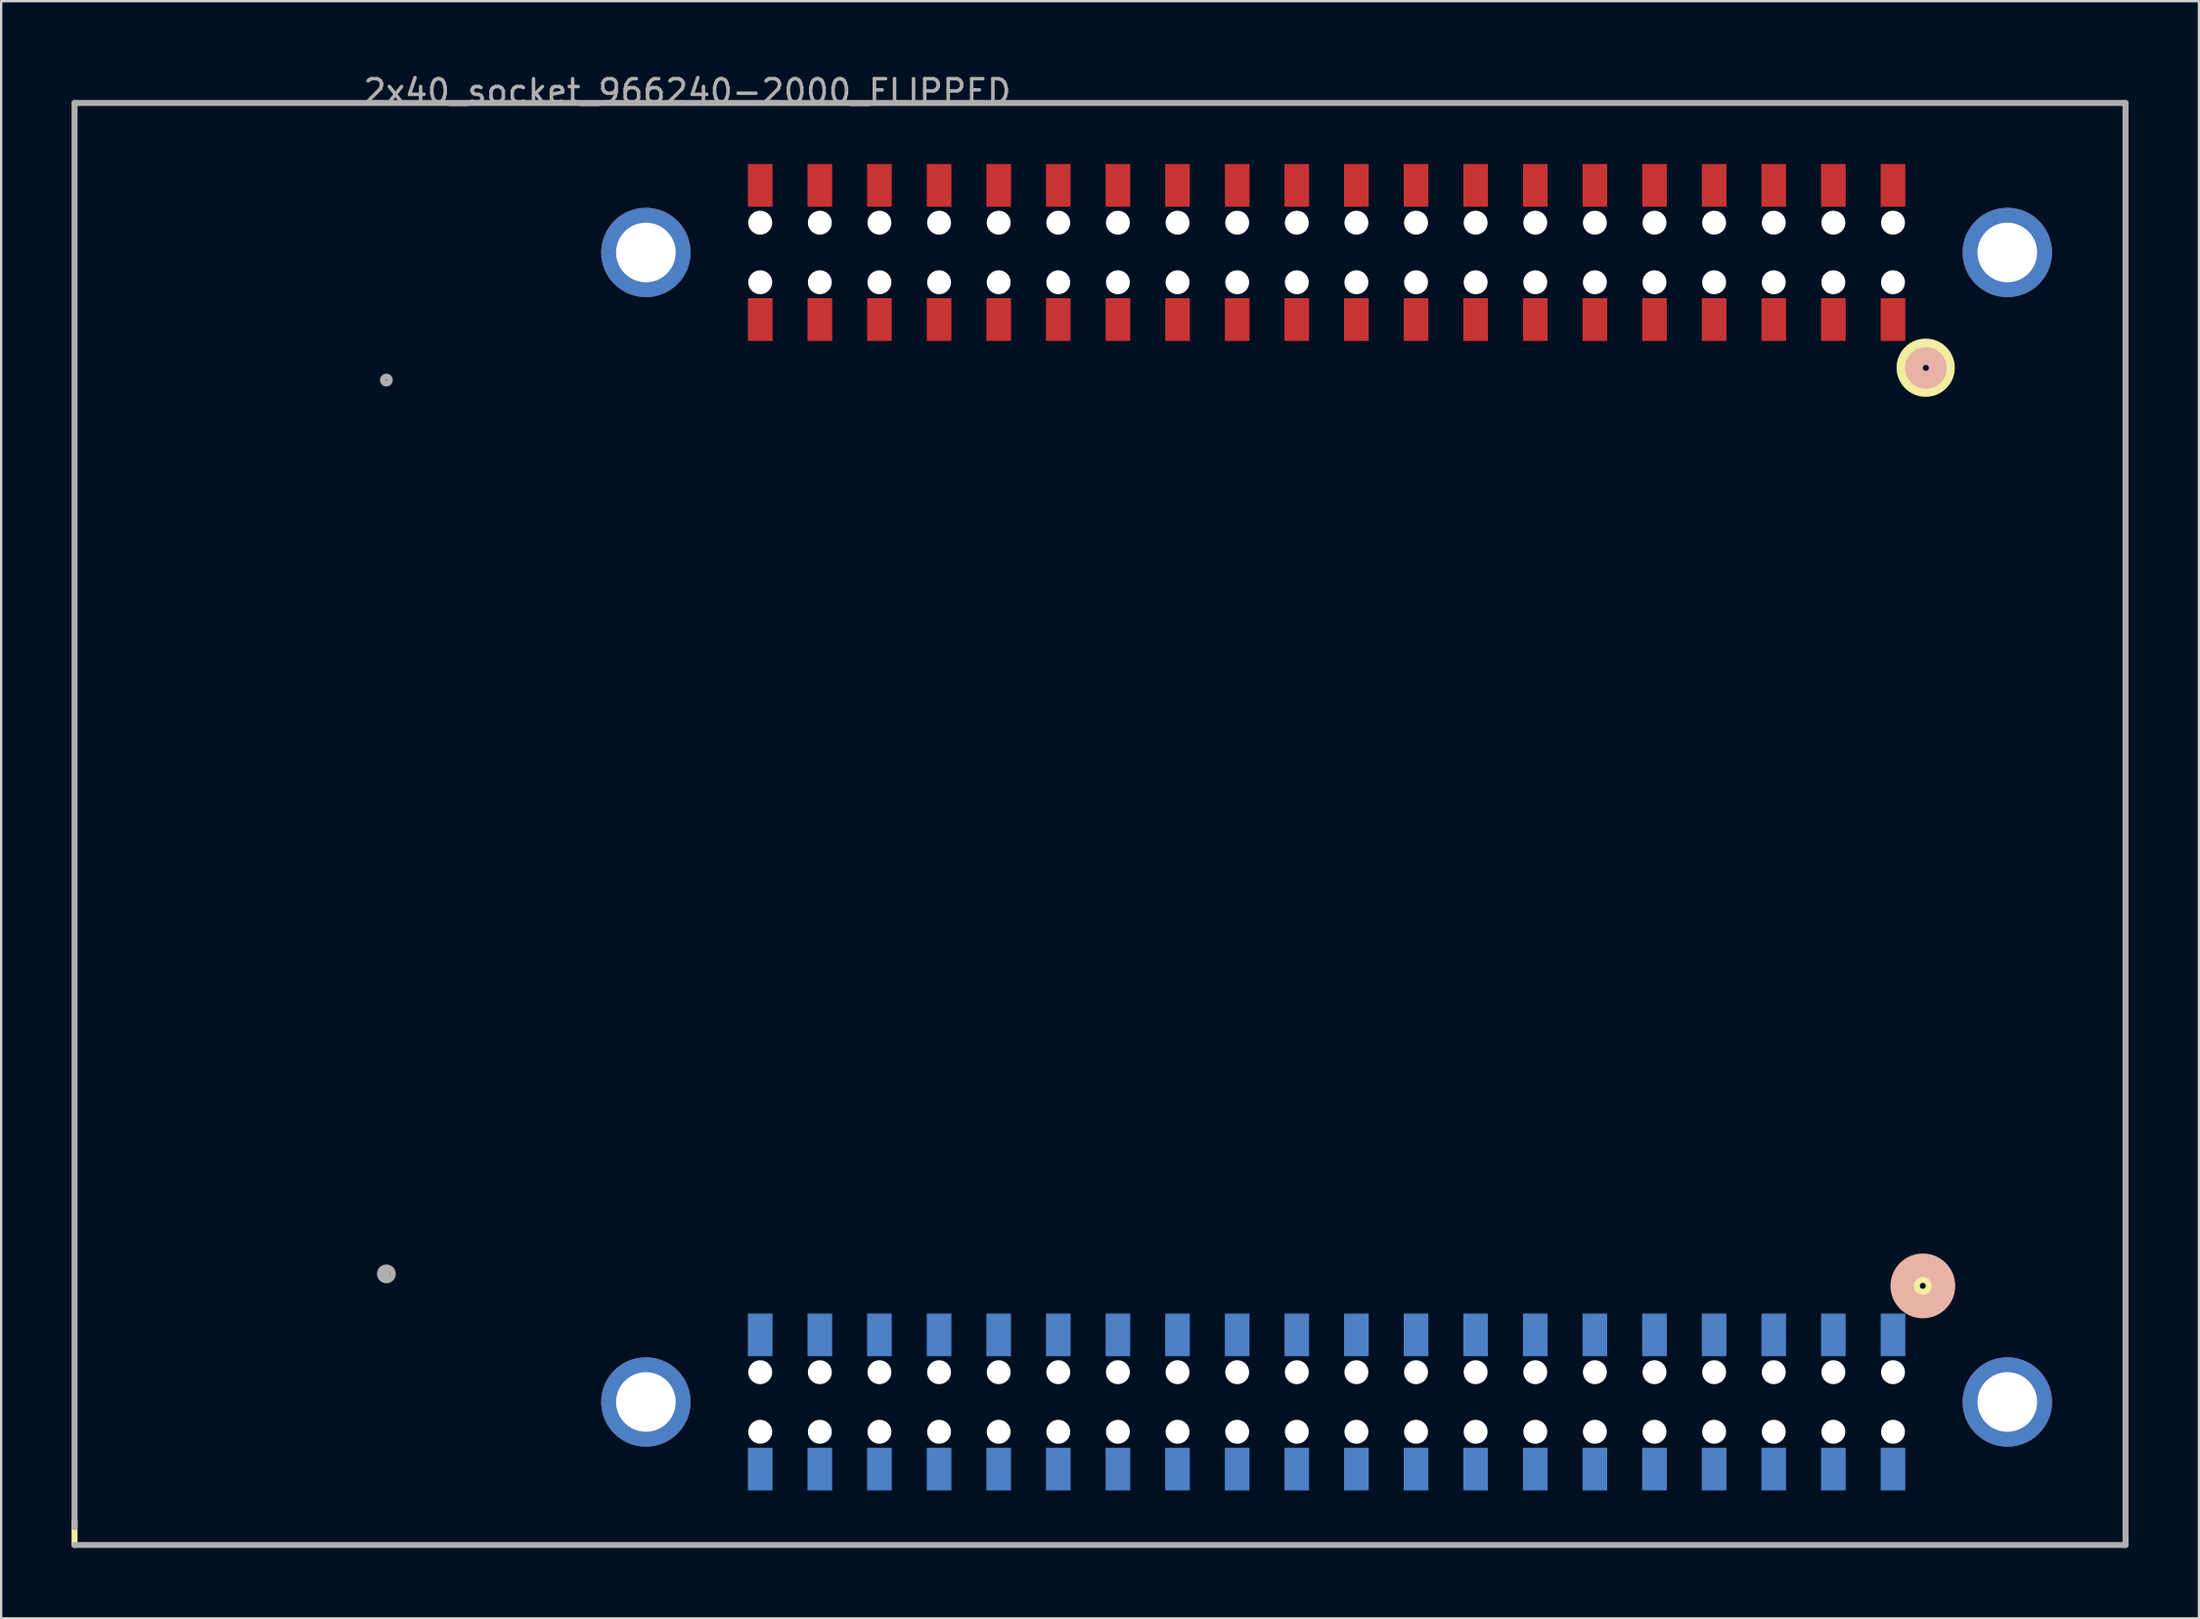
<source format=kicad_pcb>
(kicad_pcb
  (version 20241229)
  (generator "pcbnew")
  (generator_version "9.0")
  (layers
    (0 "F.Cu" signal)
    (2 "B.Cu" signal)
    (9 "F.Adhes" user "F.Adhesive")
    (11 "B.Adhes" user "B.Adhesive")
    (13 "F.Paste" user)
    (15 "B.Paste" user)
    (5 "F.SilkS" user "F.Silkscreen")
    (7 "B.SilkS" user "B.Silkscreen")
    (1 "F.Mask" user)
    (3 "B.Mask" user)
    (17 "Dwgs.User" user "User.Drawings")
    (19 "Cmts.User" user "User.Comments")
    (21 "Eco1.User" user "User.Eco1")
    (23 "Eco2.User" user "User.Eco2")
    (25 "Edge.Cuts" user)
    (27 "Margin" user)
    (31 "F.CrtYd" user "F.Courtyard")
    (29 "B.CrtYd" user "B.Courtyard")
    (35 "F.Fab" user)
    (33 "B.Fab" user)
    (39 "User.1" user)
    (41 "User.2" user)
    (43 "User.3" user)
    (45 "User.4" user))
  (footprint "2x40_socket_966240-2000_FLIPPED"
    (layer "F.Cu")
    (at 45.529 32.074)
    (property "Reference" "2x40_socket_966240-2000_FLIPPED" (at -19.302 -31.226 0) (layer "F.Fab") (effects (font (size 1 1) (thickness 0.15))))
    (attr through_hole)
    (fp_line (start -45.403 30.734) (end -45.403 29.718) (stroke (width 0.254) (type solid)) (layer "F.SilkS"))
    (fp_circle (center 33.337 19.688) (end 32.83 19.688) (stroke (width 0.762) (type solid)) (fill no) (layer "F.SilkS"))
    (fp_circle (center 33.46 -19.45) (end 33.69 -19.52) (stroke (width 1) (type solid)) (fill no) (layer "F.SilkS"))
    (fp_circle (center 33.34 19.69) (end 33.65 19.47) (stroke (width 1) (type solid)) (fill no) (layer "B.SilkS"))
    (fp_circle (center 33.468 -19.442) (end 32.959 -19.442) (stroke (width 0.762) (type solid)) (fill no) (layer "B.SilkS"))
    (fp_line (start -45.403 -30.734) (end -45.403 29.972) (stroke (width 0.254) (type solid)) (layer "F.Fab"))
    (fp_line (start 41.974 -30.734) (end -45.403 -30.734) (stroke (width 0.254) (type solid)) (layer "F.Fab"))
    (fp_line (start 41.974 30.734) (end -45.403 30.734) (stroke (width 0.254) (type solid)) (layer "F.Fab"))
    (fp_line (start 41.974 30.734) (end 41.974 -30.734) (stroke (width 0.254) (type solid)) (layer "F.Fab"))
    (fp_circle (center -32.22 19.202) (end -32.093 19.177) (stroke (width 0.254) (type solid)) (fill no) (layer "F.Fab"))
    (fp_circle (center -32.118 -18.923) (end -31.991 -18.999) (stroke (width 0.254) (type solid)) (fill no) (layer "F.Fab"))
    (fp_circle (center -32.118 19.177) (end -31.864 19.075) (stroke (width 0.254) (type solid)) (fill no) (layer "F.Fab"))
    (pad "" np_thru_hole circle (at -16.192 -25.632) (size 1.02 1.02) (drill 1.02) (layers "*.Mask" "F.Cu"))
    (pad "" np_thru_hole circle (at -16.192 -23.092) (size 1.02 1.02) (drill 1.02) (layers "*.Mask" "F.Cu"))
    (pad "" np_thru_hole circle (at -16.192 23.368) (size 1.02 1.02) (drill 1.02) (layers "*.Mask" "F.Cu"))
    (pad "" np_thru_hole circle (at -16.192 25.908) (size 1.02 1.02) (drill 1.02) (layers "*.Mask" "F.Cu"))
    (pad "" np_thru_hole circle (at -13.652 -25.632) (size 1.02 1.02) (drill 1.02) (layers "*.Mask" "F.Cu"))
    (pad "" np_thru_hole circle (at -13.652 -23.092) (size 1.02 1.02) (drill 1.02) (layers "*.Mask" "F.Cu"))
    (pad "" np_thru_hole circle (at -13.652 23.368) (size 1.02 1.02) (drill 1.02) (layers "*.Mask" "F.Cu"))
    (pad "" np_thru_hole circle (at -13.652 25.908) (size 1.02 1.02) (drill 1.02) (layers "*.Mask" "F.Cu"))
    (pad "" np_thru_hole circle (at -11.113 -25.632) (size 1.02 1.02) (drill 1.02) (layers "*.Mask" "F.Cu"))
    (pad "" np_thru_hole circle (at -11.113 -23.092) (size 1.02 1.02) (drill 1.02) (layers "*.Mask" "F.Cu"))
    (pad "" np_thru_hole circle (at -11.113 23.368) (size 1.02 1.02) (drill 1.02) (layers "*.Mask" "F.Cu"))
    (pad "" np_thru_hole circle (at -11.113 25.908) (size 1.02 1.02) (drill 1.02) (layers "*.Mask" "F.Cu"))
    (pad "" np_thru_hole circle (at -8.572 -25.632) (size 1.02 1.02) (drill 1.02) (layers "*.Mask" "F.Cu"))
    (pad "" np_thru_hole circle (at -8.572 -23.092) (size 1.02 1.02) (drill 1.02) (layers "*.Mask" "F.Cu"))
    (pad "" np_thru_hole circle (at -8.572 23.368) (size 1.02 1.02) (drill 1.02) (layers "*.Mask" "F.Cu"))
    (pad "" np_thru_hole circle (at -8.572 25.908) (size 1.02 1.02) (drill 1.02) (layers "*.Mask" "F.Cu"))
    (pad "" np_thru_hole circle (at -6.032 -25.632) (size 1.02 1.02) (drill 1.02) (layers "*.Mask" "F.Cu"))
    (pad "" np_thru_hole circle (at -6.032 -23.092) (size 1.02 1.02) (drill 1.02) (layers "*.Mask" "F.Cu"))
    (pad "" np_thru_hole circle (at -6.032 23.368) (size 1.02 1.02) (drill 1.02) (layers "*.Mask" "F.Cu"))
    (pad "" np_thru_hole circle (at -6.032 25.908) (size 1.02 1.02) (drill 1.02) (layers "*.Mask" "F.Cu"))
    (pad "" np_thru_hole circle (at -3.493 -25.632) (size 1.02 1.02) (drill 1.02) (layers "*.Mask" "F.Cu"))
    (pad "" np_thru_hole circle (at -3.493 -23.092) (size 1.02 1.02) (drill 1.02) (layers "*.Mask" "F.Cu"))
    (pad "" np_thru_hole circle (at -3.493 23.368) (size 1.02 1.02) (drill 1.02) (layers "*.Mask" "F.Cu"))
    (pad "" np_thru_hole circle (at -3.493 25.908) (size 1.02 1.02) (drill 1.02) (layers "*.Mask" "F.Cu"))
    (pad "" np_thru_hole circle (at -0.953 -25.632) (size 1.02 1.02) (drill 1.02) (layers "*.Mask" "F.Cu"))
    (pad "" np_thru_hole circle (at -0.953 -23.092) (size 1.02 1.02) (drill 1.02) (layers "*.Mask" "F.Cu"))
    (pad "" np_thru_hole circle (at -0.953 23.368) (size 1.02 1.02) (drill 1.02) (layers "*.Mask" "F.Cu"))
    (pad "" np_thru_hole circle (at -0.953 25.908) (size 1.02 1.02) (drill 1.02) (layers "*.Mask" "F.Cu"))
    (pad "" np_thru_hole circle (at 1.587 -25.632) (size 1.02 1.02) (drill 1.02) (layers "*.Mask" "F.Cu"))
    (pad "" np_thru_hole circle (at 1.587 -23.092) (size 1.02 1.02) (drill 1.02) (layers "*.Mask" "F.Cu"))
    (pad "" np_thru_hole circle (at 1.587 23.368) (size 1.02 1.02) (drill 1.02) (layers "*.Mask" "F.Cu"))
    (pad "" np_thru_hole circle (at 1.587 25.908) (size 1.02 1.02) (drill 1.02) (layers "*.Mask" "F.Cu"))
    (pad "" np_thru_hole circle (at 4.128 -25.632) (size 1.02 1.02) (drill 1.02) (layers "*.Mask" "F.Cu"))
    (pad "" np_thru_hole circle (at 4.128 -23.092) (size 1.02 1.02) (drill 1.02) (layers "*.Mask" "F.Cu"))
    (pad "" np_thru_hole circle (at 4.128 23.368) (size 1.02 1.02) (drill 1.02) (layers "*.Mask" "F.Cu"))
    (pad "" np_thru_hole circle (at 4.128 25.908) (size 1.02 1.02) (drill 1.02) (layers "*.Mask" "F.Cu"))
    (pad "" np_thru_hole circle (at 6.668 -25.632) (size 1.02 1.02) (drill 1.02) (layers "*.Mask" "F.Cu"))
    (pad "" np_thru_hole circle (at 6.668 -23.092) (size 1.02 1.02) (drill 1.02) (layers "*.Mask" "F.Cu"))
    (pad "" np_thru_hole circle (at 6.668 23.368) (size 1.02 1.02) (drill 1.02) (layers "*.Mask" "F.Cu"))
    (pad "" np_thru_hole circle (at 6.668 25.908) (size 1.02 1.02) (drill 1.02) (layers "*.Mask" "F.Cu"))
    (pad "" np_thru_hole circle (at 9.207 -25.632) (size 1.02 1.02) (drill 1.02) (layers "*.Mask" "F.Cu"))
    (pad "" np_thru_hole circle (at 9.207 -23.092) (size 1.02 1.02) (drill 1.02) (layers "*.Mask" "F.Cu"))
    (pad "" np_thru_hole circle (at 9.207 23.368) (size 1.02 1.02) (drill 1.02) (layers "*.Mask" "F.Cu"))
    (pad "" np_thru_hole circle (at 9.207 25.908) (size 1.02 1.02) (drill 1.02) (layers "*.Mask" "F.Cu"))
    (pad "" np_thru_hole circle (at 11.748 -25.632) (size 1.02 1.02) (drill 1.02) (layers "*.Mask" "F.Cu"))
    (pad "" np_thru_hole circle (at 11.748 -23.092) (size 1.02 1.02) (drill 1.02) (layers "*.Mask" "F.Cu"))
    (pad "" np_thru_hole circle (at 11.748 23.368) (size 1.02 1.02) (drill 1.02) (layers "*.Mask" "F.Cu"))
    (pad "" np_thru_hole circle (at 11.748 25.908) (size 1.02 1.02) (drill 1.02) (layers "*.Mask" "F.Cu"))
    (pad "" np_thru_hole circle (at 14.287 -25.632) (size 1.02 1.02) (drill 1.02) (layers "*.Mask" "F.Cu"))
    (pad "" np_thru_hole circle (at 14.287 -23.092) (size 1.02 1.02) (drill 1.02) (layers "*.Mask" "F.Cu"))
    (pad "" np_thru_hole circle (at 14.287 23.368) (size 1.02 1.02) (drill 1.02) (layers "*.Mask" "F.Cu"))
    (pad "" np_thru_hole circle (at 14.287 25.908) (size 1.02 1.02) (drill 1.02) (layers "*.Mask" "F.Cu"))
    (pad "" np_thru_hole circle (at 16.828 -25.632) (size 1.02 1.02) (drill 1.02) (layers "*.Mask" "F.Cu"))
    (pad "" np_thru_hole circle (at 16.828 -23.092) (size 1.02 1.02) (drill 1.02) (layers "*.Mask" "F.Cu"))
    (pad "" np_thru_hole circle (at 16.828 23.368) (size 1.02 1.02) (drill 1.02) (layers "*.Mask" "F.Cu"))
    (pad "" np_thru_hole circle (at 16.828 25.908) (size 1.02 1.02) (drill 1.02) (layers "*.Mask" "F.Cu"))
    (pad "" np_thru_hole circle (at 19.367 -25.632) (size 1.02 1.02) (drill 1.02) (layers "*.Mask" "F.Cu"))
    (pad "" np_thru_hole circle (at 19.367 -23.092) (size 1.02 1.02) (drill 1.02) (layers "*.Mask" "F.Cu"))
    (pad "" np_thru_hole circle (at 19.367 23.368) (size 1.02 1.02) (drill 1.02) (layers "*.Mask" "F.Cu"))
    (pad "" np_thru_hole circle (at 19.367 25.908) (size 1.02 1.02) (drill 1.02) (layers "*.Mask" "F.Cu"))
    (pad "" np_thru_hole circle (at 21.907 -25.632) (size 1.02 1.02) (drill 1.02) (layers "*.Mask" "F.Cu"))
    (pad "" np_thru_hole circle (at 21.907 -23.092) (size 1.02 1.02) (drill 1.02) (layers "*.Mask" "F.Cu"))
    (pad "" np_thru_hole circle (at 21.907 23.368) (size 1.02 1.02) (drill 1.02) (layers "*.Mask" "F.Cu"))
    (pad "" np_thru_hole circle (at 21.907 25.908) (size 1.02 1.02) (drill 1.02) (layers "*.Mask" "F.Cu"))
    (pad "" np_thru_hole circle (at 24.448 -25.632) (size 1.02 1.02) (drill 1.02) (layers "*.Mask" "F.Cu"))
    (pad "" np_thru_hole circle (at 24.448 -23.092) (size 1.02 1.02) (drill 1.02) (layers "*.Mask" "F.Cu"))
    (pad "" np_thru_hole circle (at 24.448 23.368) (size 1.02 1.02) (drill 1.02) (layers "*.Mask" "F.Cu"))
    (pad "" np_thru_hole circle (at 24.448 25.908) (size 1.02 1.02) (drill 1.02) (layers "*.Mask" "F.Cu"))
    (pad "" np_thru_hole circle (at 26.988 -25.632) (size 1.02 1.02) (drill 1.02) (layers "*.Mask" "F.Cu"))
    (pad "" np_thru_hole circle (at 26.988 -23.092) (size 1.02 1.02) (drill 1.02) (layers "*.Mask" "F.Cu"))
    (pad "" np_thru_hole circle (at 26.988 23.368) (size 1.02 1.02) (drill 1.02) (layers "*.Mask" "F.Cu"))
    (pad "" np_thru_hole circle (at 26.988 25.908) (size 1.02 1.02) (drill 1.02) (layers "*.Mask" "F.Cu"))
    (pad "" np_thru_hole circle (at 29.527 -25.632) (size 1.02 1.02) (drill 1.02) (layers "*.Mask" "F.Cu"))
    (pad "" np_thru_hole circle (at 29.527 -23.092) (size 1.02 1.02) (drill 1.02) (layers "*.Mask" "F.Cu"))
    (pad "" np_thru_hole circle (at 29.527 23.368) (size 1.02 1.02) (drill 1.02) (layers "*.Mask" "F.Cu"))
    (pad "" np_thru_hole circle (at 29.527 25.908) (size 1.02 1.02) (drill 1.02) (layers "*.Mask" "F.Cu"))
    (pad "" np_thru_hole circle (at 32.068 -25.632) (size 1.02 1.02) (drill 1.02) (layers "*.Mask" "F.Cu"))
    (pad "" np_thru_hole circle (at 32.068 -23.092) (size 1.02 1.02) (drill 1.02) (layers "*.Mask" "F.Cu"))
    (pad "" np_thru_hole circle (at 32.068 23.368) (size 1.02 1.02) (drill 1.02) (layers "*.Mask" "F.Cu"))
    (pad "" np_thru_hole circle (at 32.068 25.908) (size 1.02 1.02) (drill 1.02) (layers "*.Mask" "F.Cu"))
    (pad "1a" smd rect (at 32.068 -21.502) (size 1.05 1.82) (layers "F.Cu" "F.Mask" "F.Paste"))
    (pad "1b" smd rect (at 32.068 21.778) (size 1.05 1.82) (layers "B.Cu" "B.Mask" "B.Paste"))
    (pad "2a" smd rect (at 32.068 -27.222) (size 1.05 1.82) (layers "F.Cu" "F.Mask" "F.Paste"))
    (pad "2b" smd rect (at 32.068 27.498) (size 1.05 1.82) (layers "B.Cu" "B.Mask" "B.Paste"))
    (pad "3a" smd rect (at 29.527 -21.502) (size 1.05 1.82) (layers "F.Cu" "F.Mask" "F.Paste"))
    (pad "3b" smd rect (at 29.527 21.778) (size 1.05 1.82) (layers "B.Cu" "B.Mask" "B.Paste"))
    (pad "4a" smd rect (at 29.527 -27.222) (size 1.05 1.82) (layers "F.Cu" "F.Mask" "F.Paste"))
    (pad "4b" smd rect (at 29.527 27.498) (size 1.05 1.82) (layers "B.Cu" "B.Mask" "B.Paste"))
    (pad "5a" smd rect (at 26.988 -21.502) (size 1.05 1.82) (layers "F.Cu" "F.Mask" "F.Paste"))
    (pad "5b" smd rect (at 26.988 21.778) (size 1.05 1.82) (layers "B.Cu" "B.Mask" "B.Paste"))
    (pad "6a" smd rect (at 26.988 -27.222) (size 1.05 1.82) (layers "F.Cu" "F.Mask" "F.Paste"))
    (pad "6b" smd rect (at 26.988 27.498) (size 1.05 1.82) (layers "B.Cu" "B.Mask" "B.Paste"))
    (pad "7a" smd rect (at 24.448 -21.502) (size 1.05 1.82) (layers "F.Cu" "F.Mask" "F.Paste"))
    (pad "7b" smd rect (at 24.448 21.778) (size 1.05 1.82) (layers "B.Cu" "B.Mask" "B.Paste"))
    (pad "8a" smd rect (at 24.448 -27.222) (size 1.05 1.82) (layers "F.Cu" "F.Mask" "F.Paste"))
    (pad "8b" smd rect (at 24.448 27.498) (size 1.05 1.82) (layers "B.Cu" "B.Mask" "B.Paste"))
    (pad "9a" smd rect (at 21.907 -21.502) (size 1.05 1.82) (layers "F.Cu" "F.Mask" "F.Paste"))
    (pad "9b" smd rect (at 21.907 21.778) (size 1.05 1.82) (layers "B.Cu" "B.Mask" "B.Paste"))
    (pad "10a" smd rect (at 21.907 -27.222) (size 1.05 1.82) (layers "F.Cu" "F.Mask" "F.Paste"))
    (pad "10b" smd rect (at 21.907 27.498) (size 1.05 1.82) (layers "B.Cu" "B.Mask" "B.Paste"))
    (pad "11a" smd rect (at 19.367 -21.502) (size 1.05 1.82) (layers "F.Cu" "F.Mask" "F.Paste"))
    (pad "11b" smd rect (at 19.367 21.778) (size 1.05 1.82) (layers "B.Cu" "B.Mask" "B.Paste"))
    (pad "12a" smd rect (at 19.367 -27.222) (size 1.05 1.82) (layers "F.Cu" "F.Mask" "F.Paste"))
    (pad "12b" smd rect (at 19.367 27.498) (size 1.05 1.82) (layers "B.Cu" "B.Mask" "B.Paste"))
    (pad "13a" smd rect (at 16.828 -21.502) (size 1.05 1.82) (layers "F.Cu" "F.Mask" "F.Paste"))
    (pad "13b" smd rect (at 16.828 21.778) (size 1.05 1.82) (layers "B.Cu" "B.Mask" "B.Paste"))
    (pad "14a" smd rect (at 16.828 -27.222) (size 1.05 1.82) (layers "F.Cu" "F.Mask" "F.Paste"))
    (pad "14b" smd rect (at 16.828 27.498) (size 1.05 1.82) (layers "B.Cu" "B.Mask" "B.Paste"))
    (pad "15a" smd rect (at 14.287 -21.502) (size 1.05 1.82) (layers "F.Cu" "F.Mask" "F.Paste"))
    (pad "15b" smd rect (at 14.287 21.778) (size 1.05 1.82) (layers "B.Cu" "B.Mask" "B.Paste"))
    (pad "16a" smd rect (at 14.287 -27.222) (size 1.05 1.82) (layers "F.Cu" "F.Mask" "F.Paste"))
    (pad "16b" smd rect (at 14.287 27.498) (size 1.05 1.82) (layers "B.Cu" "B.Mask" "B.Paste"))
    (pad "17a" smd rect (at 11.748 -21.502) (size 1.05 1.82) (layers "F.Cu" "F.Mask" "F.Paste"))
    (pad "17b" smd rect (at 11.748 21.778) (size 1.05 1.82) (layers "B.Cu" "B.Mask" "B.Paste"))
    (pad "18a" smd rect (at 11.748 -27.222) (size 1.05 1.82) (layers "F.Cu" "F.Mask" "F.Paste"))
    (pad "18b" smd rect (at 11.748 27.498) (size 1.05 1.82) (layers "B.Cu" "B.Mask" "B.Paste"))
    (pad "19a" smd rect (at 9.207 -21.502) (size 1.05 1.82) (layers "F.Cu" "F.Mask" "F.Paste"))
    (pad "19b" smd rect (at 9.207 21.778) (size 1.05 1.82) (layers "B.Cu" "B.Mask" "B.Paste"))
    (pad "20a" smd rect (at 9.207 -27.222) (size 1.05 1.82) (layers "F.Cu" "F.Mask" "F.Paste"))
    (pad "20b" smd rect (at 9.207 27.498) (size 1.05 1.82) (layers "B.Cu" "B.Mask" "B.Paste"))
    (pad "21a" smd rect (at 6.668 -21.502) (size 1.05 1.82) (layers "F.Cu" "F.Mask" "F.Paste"))
    (pad "21b" smd rect (at 6.668 21.778) (size 1.05 1.82) (layers "B.Cu" "B.Mask" "B.Paste"))
    (pad "22a" smd rect (at 6.668 -27.222) (size 1.05 1.82) (layers "F.Cu" "F.Mask" "F.Paste"))
    (pad "22b" smd rect (at 6.668 27.498) (size 1.05 1.82) (layers "B.Cu" "B.Mask" "B.Paste"))
    (pad "23a" smd rect (at 4.128 -21.502) (size 1.05 1.82) (layers "F.Cu" "F.Mask" "F.Paste"))
    (pad "23b" smd rect (at 4.128 21.778) (size 1.05 1.82) (layers "B.Cu" "B.Mask" "B.Paste"))
    (pad "24a" smd rect (at 4.128 -27.222) (size 1.05 1.82) (layers "F.Cu" "F.Mask" "F.Paste"))
    (pad "24b" smd rect (at 4.128 27.498) (size 1.05 1.82) (layers "B.Cu" "B.Mask" "B.Paste"))
    (pad "25a" smd rect (at 1.587 -21.502) (size 1.05 1.82) (layers "F.Cu" "F.Mask" "F.Paste"))
    (pad "25b" smd rect (at 1.587 21.778) (size 1.05 1.82) (layers "B.Cu" "B.Mask" "B.Paste"))
    (pad "26a" smd rect (at 1.587 -27.222) (size 1.05 1.82) (layers "F.Cu" "F.Mask" "F.Paste"))
    (pad "26b" smd rect (at 1.587 27.498) (size 1.05 1.82) (layers "B.Cu" "B.Mask" "B.Paste"))
    (pad "27a" smd rect (at -0.953 -21.502) (size 1.05 1.82) (layers "F.Cu" "F.Mask" "F.Paste"))
    (pad "27b" smd rect (at -0.953 21.778) (size 1.05 1.82) (layers "B.Cu" "B.Mask" "B.Paste"))
    (pad "28a" smd rect (at -0.953 -27.222) (size 1.05 1.82) (layers "F.Cu" "F.Mask" "F.Paste"))
    (pad "28b" smd rect (at -0.953 27.498) (size 1.05 1.82) (layers "B.Cu" "B.Mask" "B.Paste"))
    (pad "29a" smd rect (at -3.493 -21.502) (size 1.05 1.82) (layers "F.Cu" "F.Mask" "F.Paste"))
    (pad "29b" smd rect (at -3.493 21.778) (size 1.05 1.82) (layers "B.Cu" "B.Mask" "B.Paste"))
    (pad "30a" smd rect (at -3.493 -27.222) (size 1.05 1.82) (layers "F.Cu" "F.Mask" "F.Paste"))
    (pad "30b" smd rect (at -3.493 27.498) (size 1.05 1.82) (layers "B.Cu" "B.Mask" "B.Paste"))
    (pad "31a" smd rect (at -6.032 -21.502) (size 1.05 1.82) (layers "F.Cu" "F.Mask" "F.Paste"))
    (pad "31b" smd rect (at -6.032 21.778) (size 1.05 1.82) (layers "B.Cu" "B.Mask" "B.Paste"))
    (pad "32a" smd rect (at -6.032 -27.222) (size 1.05 1.82) (layers "F.Cu" "F.Mask" "F.Paste"))
    (pad "32b" smd rect (at -6.032 27.498) (size 1.05 1.82) (layers "B.Cu" "B.Mask" "B.Paste"))
    (pad "33a" smd rect (at -8.572 -21.502) (size 1.05 1.82) (layers "F.Cu" "F.Mask" "F.Paste"))
    (pad "33b" smd rect (at -8.572 21.778) (size 1.05 1.82) (layers "B.Cu" "B.Mask" "B.Paste"))
    (pad "34a" smd rect (at -8.572 -27.222) (size 1.05 1.82) (layers "F.Cu" "F.Mask" "F.Paste"))
    (pad "34b" smd rect (at -8.572 27.498) (size 1.05 1.82) (layers "B.Cu" "B.Mask" "B.Paste"))
    (pad "35a" smd rect (at -11.113 -21.502) (size 1.05 1.82) (layers "F.Cu" "F.Mask" "F.Paste"))
    (pad "35b" smd rect (at -11.113 21.778) (size 1.05 1.82) (layers "B.Cu" "B.Mask" "B.Paste"))
    (pad "36a" smd rect (at -11.113 -27.222) (size 1.05 1.82) (layers "F.Cu" "F.Mask" "F.Paste"))
    (pad "36b" smd rect (at -11.113 27.498) (size 1.05 1.82) (layers "B.Cu" "B.Mask" "B.Paste"))
    (pad "37a" smd rect (at -13.652 -21.502) (size 1.05 1.82) (layers "F.Cu" "F.Mask" "F.Paste"))
    (pad "37b" smd rect (at -13.652 21.778) (size 1.05 1.82) (layers "B.Cu" "B.Mask" "B.Paste"))
    (pad "38a" smd rect (at -13.652 -27.222) (size 1.05 1.82) (layers "F.Cu" "F.Mask" "F.Paste"))
    (pad "38b" smd rect (at -13.652 27.498) (size 1.05 1.82) (layers "B.Cu" "B.Mask" "B.Paste"))
    (pad "39a" smd rect (at -16.192 -21.502) (size 1.05 1.82) (layers "F.Cu" "F.Mask" "F.Paste"))
    (pad "39b" smd rect (at -16.192 21.778) (size 1.05 1.82) (layers "B.Cu" "B.Mask" "B.Paste"))
    (pad "40a" smd rect (at -16.192 -27.222) (size 1.05 1.82) (layers "F.Cu" "F.Mask" "F.Paste"))
    (pad "40b" smd rect (at -16.192 27.498) (size 1.05 1.82) (layers "B.Cu" "B.Mask" "B.Paste"))
    (pad "41" thru_hole circle (at -21.062 -24.362) (size 3.81 3.81) (drill 2.54) (layers "*.Cu" "*.Mask"))
    (pad "41" thru_hole circle (at -21.062 24.638) (size 3.81 3.81) (drill 2.54) (layers "*.Cu" "*.Mask"))
    (pad "41" thru_hole circle (at 36.938 -24.362) (size 3.81 3.81) (drill 2.54) (layers "*.Cu" "*.Mask"))
    (pad "41" thru_hole circle (at 36.938 24.638) (size 3.81 3.81) (drill 2.54) (layers "*.Cu" "*.Mask")))
  (gr_rect
    (start -3 -3)
    (end 90.63 65.935)
    (stroke (width 0.1) (type default))
    (fill no)
    (layer "Edge.Cuts")))
</source>
